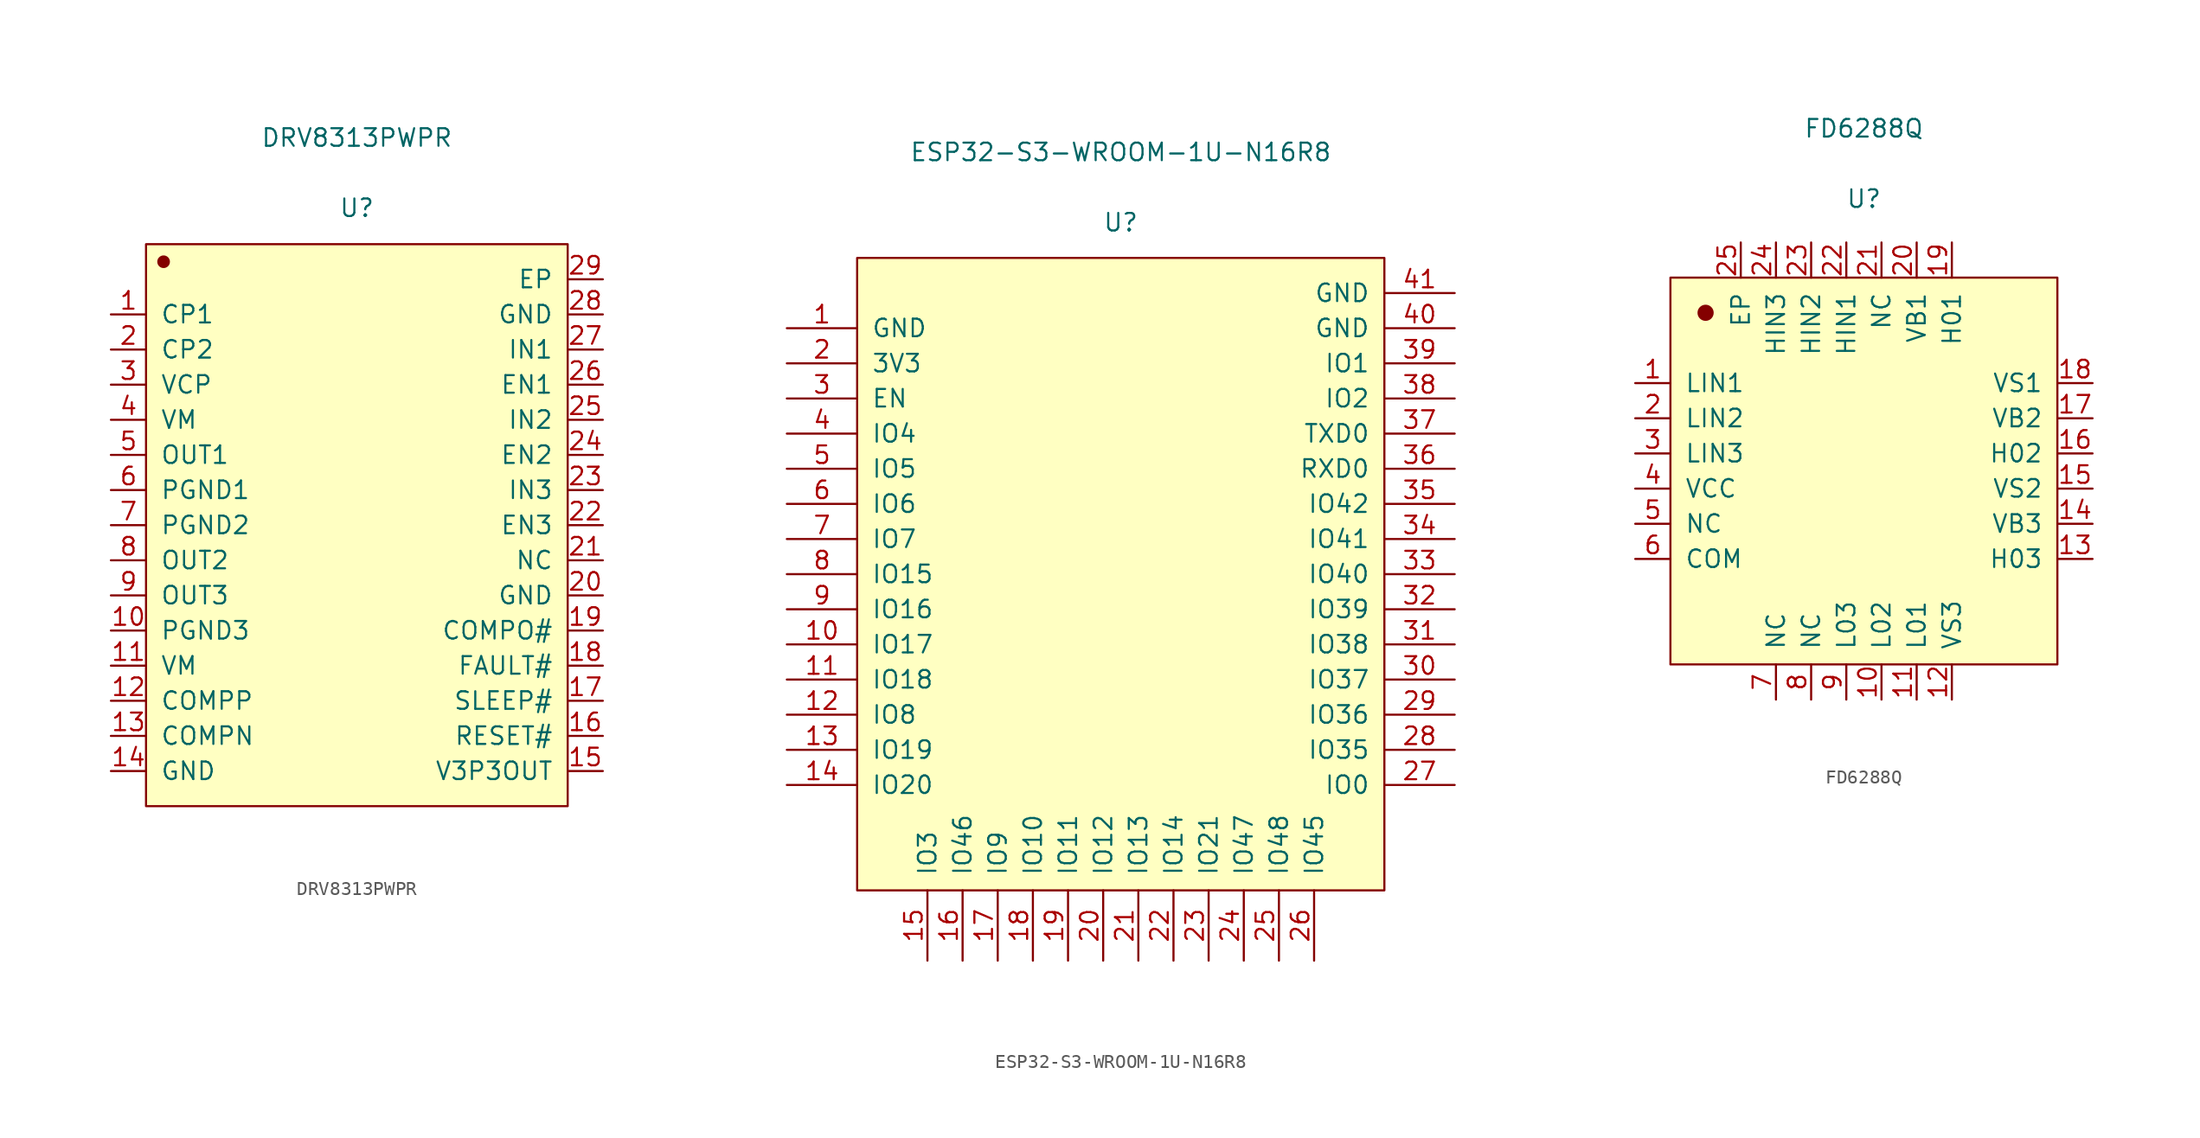
<source format=kicad_sym>
(kicad_symbol_lib
  (version 20231120)
  (generator "kicad_symbol_editor")
  (generator_version "8.0")
  (symbol "DRV8313PWPR"
    (pin_names
      (offset 1.016))
    (property "Reference" "U"
      (at 0 22.936 0)
      (effects (font (size 1.27 1.27))))
    (property "Value" "DRV8313PWPR"
      (at 0 28.016 0)
      (effects (font (size 1.27 1.27))))
    (symbol "DRV8313PWPR_1_1"
      (rectangle (start -15.24 20.32) (end 15.24 -20.32) (stroke (width 0.152) (type solid)) (fill (type background)))
      (circle (center -13.97 19.05) (radius 0.381) (stroke (width 0.152) (type solid)) (fill (type outline)))
      (pin input line (at -17.78 15.24 0) (length 2.54) (name "CP1" (effects (font (size 1.27 1.27)))) (number "1" (effects (font (size 1.27 1.27)))))
      (pin input line (at -17.78 -7.62 0) (length 2.54) (name "PGND3" (effects (font (size 1.27 1.27)))) (number "10" (effects (font (size 1.27 1.27)))))
      (pin input line (at -17.78 -10.16 0) (length 2.54) (name "VM" (effects (font (size 1.27 1.27)))) (number "11" (effects (font (size 1.27 1.27)))))
      (pin input line (at -17.78 -12.7 0) (length 2.54) (name "COMPP" (effects (font (size 1.27 1.27)))) (number "12" (effects (font (size 1.27 1.27)))))
      (pin input line (at -17.78 -15.24 0) (length 2.54) (name "COMPN" (effects (font (size 1.27 1.27)))) (number "13" (effects (font (size 1.27 1.27)))))
      (pin input line (at -17.78 -17.78 0) (length 2.54) (name "GND" (effects (font (size 1.27 1.27)))) (number "14" (effects (font (size 1.27 1.27)))))
      (pin input line (at 17.78 -17.78 180) (length 2.54) (name "V3P3OUT" (effects (font (size 1.27 1.27)))) (number "15" (effects (font (size 1.27 1.27)))))
      (pin input line (at 17.78 -15.24 180) (length 2.54) (name "RESET#" (effects (font (size 1.27 1.27)))) (number "16" (effects (font (size 1.27 1.27)))))
      (pin input line (at 17.78 -12.7 180) (length 2.54) (name "SLEEP#" (effects (font (size 1.27 1.27)))) (number "17" (effects (font (size 1.27 1.27)))))
      (pin input line (at 17.78 -10.16 180) (length 2.54) (name "FAULT#" (effects (font (size 1.27 1.27)))) (number "18" (effects (font (size 1.27 1.27)))))
      (pin input line (at 17.78 -7.62 180) (length 2.54) (name "COMPO#" (effects (font (size 1.27 1.27)))) (number "19" (effects (font (size 1.27 1.27)))))
      (pin input line (at -17.78 12.7 0) (length 2.54) (name "CP2" (effects (font (size 1.27 1.27)))) (number "2" (effects (font (size 1.27 1.27)))))
      (pin input line (at 17.78 -5.08 180) (length 2.54) (name "GND" (effects (font (size 1.27 1.27)))) (number "20" (effects (font (size 1.27 1.27)))))
      (pin input line (at 17.78 -2.54 180) (length 2.54) (name "NC" (effects (font (size 1.27 1.27)))) (number "21" (effects (font (size 1.27 1.27)))))
      (pin input line (at 17.78 0 180) (length 2.54) (name "EN3" (effects (font (size 1.27 1.27)))) (number "22" (effects (font (size 1.27 1.27)))))
      (pin input line (at 17.78 2.54 180) (length 2.54) (name "IN3" (effects (font (size 1.27 1.27)))) (number "23" (effects (font (size 1.27 1.27)))))
      (pin input line (at 17.78 5.08 180) (length 2.54) (name "EN2" (effects (font (size 1.27 1.27)))) (number "24" (effects (font (size 1.27 1.27)))))
      (pin input line (at 17.78 7.62 180) (length 2.54) (name "IN2" (effects (font (size 1.27 1.27)))) (number "25" (effects (font (size 1.27 1.27)))))
      (pin input line (at 17.78 10.16 180) (length 2.54) (name "EN1" (effects (font (size 1.27 1.27)))) (number "26" (effects (font (size 1.27 1.27)))))
      (pin input line (at 17.78 12.7 180) (length 2.54) (name "IN1" (effects (font (size 1.27 1.27)))) (number "27" (effects (font (size 1.27 1.27)))))
      (pin input line (at 17.78 15.24 180) (length 2.54) (name "GND" (effects (font (size 1.27 1.27)))) (number "28" (effects (font (size 1.27 1.27)))))
      (pin input line (at 17.78 17.78 180) (length 2.54) (name "EP" (effects (font (size 1.27 1.27)))) (number "29" (effects (font (size 1.27 1.27)))))
      (pin input line (at -17.78 10.16 0) (length 2.54) (name "VCP" (effects (font (size 1.27 1.27)))) (number "3" (effects (font (size 1.27 1.27)))))
      (pin input line (at -17.78 7.62 0) (length 2.54) (name "VM" (effects (font (size 1.27 1.27)))) (number "4" (effects (font (size 1.27 1.27)))))
      (pin input line (at -17.78 5.08 0) (length 2.54) (name "OUT1" (effects (font (size 1.27 1.27)))) (number "5" (effects (font (size 1.27 1.27)))))
      (pin input line (at -17.78 2.54 0) (length 2.54) (name "PGND1" (effects (font (size 1.27 1.27)))) (number "6" (effects (font (size 1.27 1.27)))))
      (pin input line (at -17.78 0 0) (length 2.54) (name "PGND2" (effects (font (size 1.27 1.27)))) (number "7" (effects (font (size 1.27 1.27)))))
      (pin input line (at -17.78 -2.54 0) (length 2.54) (name "OUT2" (effects (font (size 1.27 1.27)))) (number "8" (effects (font (size 1.27 1.27)))))
      (pin input line (at -17.78 -5.08 0) (length 2.54) (name "OUT3" (effects (font (size 1.27 1.27)))) (number "9" (effects (font (size 1.27 1.27)))))))
  (symbol "ESP32-S3-WROOM-1U-N16R8"
    (pin_names
      (offset 1.016))
    (property "Reference" "U"
      (at 0 27.965 0)
      (effects (font (size 1.27 1.27))))
    (property "Value" "ESP32-S3-WROOM-1U-N16R8"
      (at 0 33.045 0)
      (effects (font (size 1.27 1.27))))
    (symbol "ESP32-S3-WROOM-1U-N16R8_1_1"
      (rectangle (start -19.05 25.4) (end 19.05 -20.32) (stroke (width 0.152) (type solid)) (fill (type background)))
      (pin power_in line (at -24.13 20.32 0) (length 5.08) (name "GND" (effects (font (size 1.27 1.27)))) (number "1" (effects (font (size 1.27 1.27)))))
      (pin input line (at -24.13 -2.54 0) (length 5.08) (name "IO17" (effects (font (size 1.27 1.27)))) (number "10" (effects (font (size 1.27 1.27)))))
      (pin input line (at -24.13 -5.08 0) (length 5.08) (name "IO18" (effects (font (size 1.27 1.27)))) (number "11" (effects (font (size 1.27 1.27)))))
      (pin input line (at -24.13 -7.62 0) (length 5.08) (name "IO8" (effects (font (size 1.27 1.27)))) (number "12" (effects (font (size 1.27 1.27)))))
      (pin input line (at -24.13 -10.16 0) (length 5.08) (name "IO19" (effects (font (size 1.27 1.27)))) (number "13" (effects (font (size 1.27 1.27)))))
      (pin input line (at -24.13 -12.7 0) (length 5.08) (name "IO20" (effects (font (size 1.27 1.27)))) (number "14" (effects (font (size 1.27 1.27)))))
      (pin input line (at -13.97 -25.4 90) (length 5.08) (name "IO3" (effects (font (size 1.27 1.27)))) (number "15" (effects (font (size 1.27 1.27)))))
      (pin input line (at -11.43 -25.4 90) (length 5.08) (name "IO46" (effects (font (size 1.27 1.27)))) (number "16" (effects (font (size 1.27 1.27)))))
      (pin input line (at -8.89 -25.4 90) (length 5.08) (name "IO9" (effects (font (size 1.27 1.27)))) (number "17" (effects (font (size 1.27 1.27)))))
      (pin input line (at -6.35 -25.4 90) (length 5.08) (name "IO10" (effects (font (size 1.27 1.27)))) (number "18" (effects (font (size 1.27 1.27)))))
      (pin input line (at -3.81 -25.4 90) (length 5.08) (name "IO11" (effects (font (size 1.27 1.27)))) (number "19" (effects (font (size 1.27 1.27)))))
      (pin power_in line (at -24.13 17.78 0) (length 5.08) (name "3V3" (effects (font (size 1.27 1.27)))) (number "2" (effects (font (size 1.27 1.27)))))
      (pin input line (at -1.27 -25.4 90) (length 5.08) (name "IO12" (effects (font (size 1.27 1.27)))) (number "20" (effects (font (size 1.27 1.27)))))
      (pin input line (at 1.27 -25.4 90) (length 5.08) (name "IO13" (effects (font (size 1.27 1.27)))) (number "21" (effects (font (size 1.27 1.27)))))
      (pin input line (at 3.81 -25.4 90) (length 5.08) (name "IO14" (effects (font (size 1.27 1.27)))) (number "22" (effects (font (size 1.27 1.27)))))
      (pin input line (at 6.35 -25.4 90) (length 5.08) (name "IO21" (effects (font (size 1.27 1.27)))) (number "23" (effects (font (size 1.27 1.27)))))
      (pin input line (at 8.89 -25.4 90) (length 5.08) (name "IO47" (effects (font (size 1.27 1.27)))) (number "24" (effects (font (size 1.27 1.27)))))
      (pin input line (at 11.43 -25.4 90) (length 5.08) (name "IO48" (effects (font (size 1.27 1.27)))) (number "25" (effects (font (size 1.27 1.27)))))
      (pin input line (at 13.97 -25.4 90) (length 5.08) (name "IO45" (effects (font (size 1.27 1.27)))) (number "26" (effects (font (size 1.27 1.27)))))
      (pin input line (at 24.13 -12.7 180) (length 5.08) (name "IO0" (effects (font (size 1.27 1.27)))) (number "27" (effects (font (size 1.27 1.27)))))
      (pin input line (at 24.13 -10.16 180) (length 5.08) (name "IO35" (effects (font (size 1.27 1.27)))) (number "28" (effects (font (size 1.27 1.27)))))
      (pin input line (at 24.13 -7.62 180) (length 5.08) (name "IO36" (effects (font (size 1.27 1.27)))) (number "29" (effects (font (size 1.27 1.27)))))
      (pin input line (at -24.13 15.24 0) (length 5.08) (name "EN" (effects (font (size 1.27 1.27)))) (number "3" (effects (font (size 1.27 1.27)))))
      (pin input line (at 24.13 -5.08 180) (length 5.08) (name "IO37" (effects (font (size 1.27 1.27)))) (number "30" (effects (font (size 1.27 1.27)))))
      (pin input line (at 24.13 -2.54 180) (length 5.08) (name "IO38" (effects (font (size 1.27 1.27)))) (number "31" (effects (font (size 1.27 1.27)))))
      (pin input line (at 24.13 0 180) (length 5.08) (name "IO39" (effects (font (size 1.27 1.27)))) (number "32" (effects (font (size 1.27 1.27)))))
      (pin input line (at 24.13 2.54 180) (length 5.08) (name "IO40" (effects (font (size 1.27 1.27)))) (number "33" (effects (font (size 1.27 1.27)))))
      (pin input line (at 24.13 5.08 180) (length 5.08) (name "IO41" (effects (font (size 1.27 1.27)))) (number "34" (effects (font (size 1.27 1.27)))))
      (pin input line (at 24.13 7.62 180) (length 5.08) (name "IO42" (effects (font (size 1.27 1.27)))) (number "35" (effects (font (size 1.27 1.27)))))
      (pin input line (at 24.13 10.16 180) (length 5.08) (name "RXD0" (effects (font (size 1.27 1.27)))) (number "36" (effects (font (size 1.27 1.27)))))
      (pin input line (at 24.13 12.7 180) (length 5.08) (name "TXD0" (effects (font (size 1.27 1.27)))) (number "37" (effects (font (size 1.27 1.27)))))
      (pin input line (at 24.13 15.24 180) (length 5.08) (name "IO2" (effects (font (size 1.27 1.27)))) (number "38" (effects (font (size 1.27 1.27)))))
      (pin input line (at 24.13 17.78 180) (length 5.08) (name "IO1" (effects (font (size 1.27 1.27)))) (number "39" (effects (font (size 1.27 1.27)))))
      (pin input line (at -24.13 12.7 0) (length 5.08) (name "IO4" (effects (font (size 1.27 1.27)))) (number "4" (effects (font (size 1.27 1.27)))))
      (pin power_in line (at 24.13 20.32 180) (length 5.08) (name "GND" (effects (font (size 1.27 1.27)))) (number "40" (effects (font (size 1.27 1.27)))))
      (pin power_in line (at 24.13 22.86 180) (length 5.08) (name "GND" (effects (font (size 1.27 1.27)))) (number "41" (effects (font (size 1.27 1.27)))))
      (pin input line (at -24.13 10.16 0) (length 5.08) (name "IO5" (effects (font (size 1.27 1.27)))) (number "5" (effects (font (size 1.27 1.27)))))
      (pin input line (at -24.13 7.62 0) (length 5.08) (name "IO6" (effects (font (size 1.27 1.27)))) (number "6" (effects (font (size 1.27 1.27)))))
      (pin input line (at -24.13 5.08 0) (length 5.08) (name "IO7" (effects (font (size 1.27 1.27)))) (number "7" (effects (font (size 1.27 1.27)))))
      (pin input line (at -24.13 2.54 0) (length 5.08) (name "IO15" (effects (font (size 1.27 1.27)))) (number "8" (effects (font (size 1.27 1.27)))))
      (pin input line (at -24.13 0 0) (length 5.08) (name "IO16" (effects (font (size 1.27 1.27)))) (number "9" (effects (font (size 1.27 1.27)))))))
  (symbol "FD6288Q"
    (pin_names
      (offset 1.016))
    (property "Reference" "U"
      (at 0 19.66 0)
      (effects (font (size 1.27 1.27))))
    (property "Value" "FD6288Q"
      (at 0 24.74 0)
      (effects (font (size 1.27 1.27))))
    (symbol "FD6288Q_1_1"
      (rectangle (start -13.97 13.97) (end 13.97 -13.97) (stroke (width 0.152) (type solid)) (fill (type background)))
      (circle (center -11.43 11.43) (radius 0.508) (stroke (width 0.152) (type solid)) (fill (type outline)))
      (pin input line (at -16.51 6.35 0) (length 2.54) (name "LIN1" (effects (font (size 1.27 1.27)))) (number "1" (effects (font (size 1.27 1.27)))))
      (pin input line (at 1.27 -16.51 90) (length 2.54) (name "L02" (effects (font (size 1.27 1.27)))) (number "10" (effects (font (size 1.27 1.27)))))
      (pin input line (at 3.81 -16.51 90) (length 2.54) (name "L01" (effects (font (size 1.27 1.27)))) (number "11" (effects (font (size 1.27 1.27)))))
      (pin input line (at 6.35 -16.51 90) (length 2.54) (name "VS3" (effects (font (size 1.27 1.27)))) (number "12" (effects (font (size 1.27 1.27)))))
      (pin input line (at 16.51 -6.35 180) (length 2.54) (name "H03" (effects (font (size 1.27 1.27)))) (number "13" (effects (font (size 1.27 1.27)))))
      (pin input line (at 16.51 -3.81 180) (length 2.54) (name "VB3" (effects (font (size 1.27 1.27)))) (number "14" (effects (font (size 1.27 1.27)))))
      (pin input line (at 16.51 -1.27 180) (length 2.54) (name "VS2" (effects (font (size 1.27 1.27)))) (number "15" (effects (font (size 1.27 1.27)))))
      (pin input line (at 16.51 1.27 180) (length 2.54) (name "H02" (effects (font (size 1.27 1.27)))) (number "16" (effects (font (size 1.27 1.27)))))
      (pin input line (at 16.51 3.81 180) (length 2.54) (name "VB2" (effects (font (size 1.27 1.27)))) (number "17" (effects (font (size 1.27 1.27)))))
      (pin input line (at 16.51 6.35 180) (length 2.54) (name "VS1" (effects (font (size 1.27 1.27)))) (number "18" (effects (font (size 1.27 1.27)))))
      (pin input line (at 6.35 16.51 270) (length 2.54) (name "H01" (effects (font (size 1.27 1.27)))) (number "19" (effects (font (size 1.27 1.27)))))
      (pin input line (at -16.51 3.81 0) (length 2.54) (name "LIN2" (effects (font (size 1.27 1.27)))) (number "2" (effects (font (size 1.27 1.27)))))
      (pin input line (at 3.81 16.51 270) (length 2.54) (name "VB1" (effects (font (size 1.27 1.27)))) (number "20" (effects (font (size 1.27 1.27)))))
      (pin input line (at 1.27 16.51 270) (length 2.54) (name "NC" (effects (font (size 1.27 1.27)))) (number "21" (effects (font (size 1.27 1.27)))))
      (pin input line (at -1.27 16.51 270) (length 2.54) (name "HIN1" (effects (font (size 1.27 1.27)))) (number "22" (effects (font (size 1.27 1.27)))))
      (pin input line (at -3.81 16.51 270) (length 2.54) (name "HIN2" (effects (font (size 1.27 1.27)))) (number "23" (effects (font (size 1.27 1.27)))))
      (pin input line (at -6.35 16.51 270) (length 2.54) (name "HIN3" (effects (font (size 1.27 1.27)))) (number "24" (effects (font (size 1.27 1.27)))))
      (pin input line (at -8.89 16.51 270) (length 2.54) (name "EP" (effects (font (size 1.27 1.27)))) (number "25" (effects (font (size 1.27 1.27)))))
      (pin input line (at -16.51 1.27 0) (length 2.54) (name "LIN3" (effects (font (size 1.27 1.27)))) (number "3" (effects (font (size 1.27 1.27)))))
      (pin input line (at -16.51 -1.27 0) (length 2.54) (name "VCC" (effects (font (size 1.27 1.27)))) (number "4" (effects (font (size 1.27 1.27)))))
      (pin input line (at -16.51 -3.81 0) (length 2.54) (name "NC" (effects (font (size 1.27 1.27)))) (number "5" (effects (font (size 1.27 1.27)))))
      (pin input line (at -16.51 -6.35 0) (length 2.54) (name "COM" (effects (font (size 1.27 1.27)))) (number "6" (effects (font (size 1.27 1.27)))))
      (pin input line (at -6.35 -16.51 90) (length 2.54) (name "NC" (effects (font (size 1.27 1.27)))) (number "7" (effects (font (size 1.27 1.27)))))
      (pin input line (at -3.81 -16.51 90) (length 2.54) (name "NC" (effects (font (size 1.27 1.27)))) (number "8" (effects (font (size 1.27 1.27)))))
      (pin input line (at -1.27 -16.51 90) (length 2.54) (name "L03" (effects (font (size 1.27 1.27)))) (number "9" (effects (font (size 1.27 1.27))))))))
</source>
